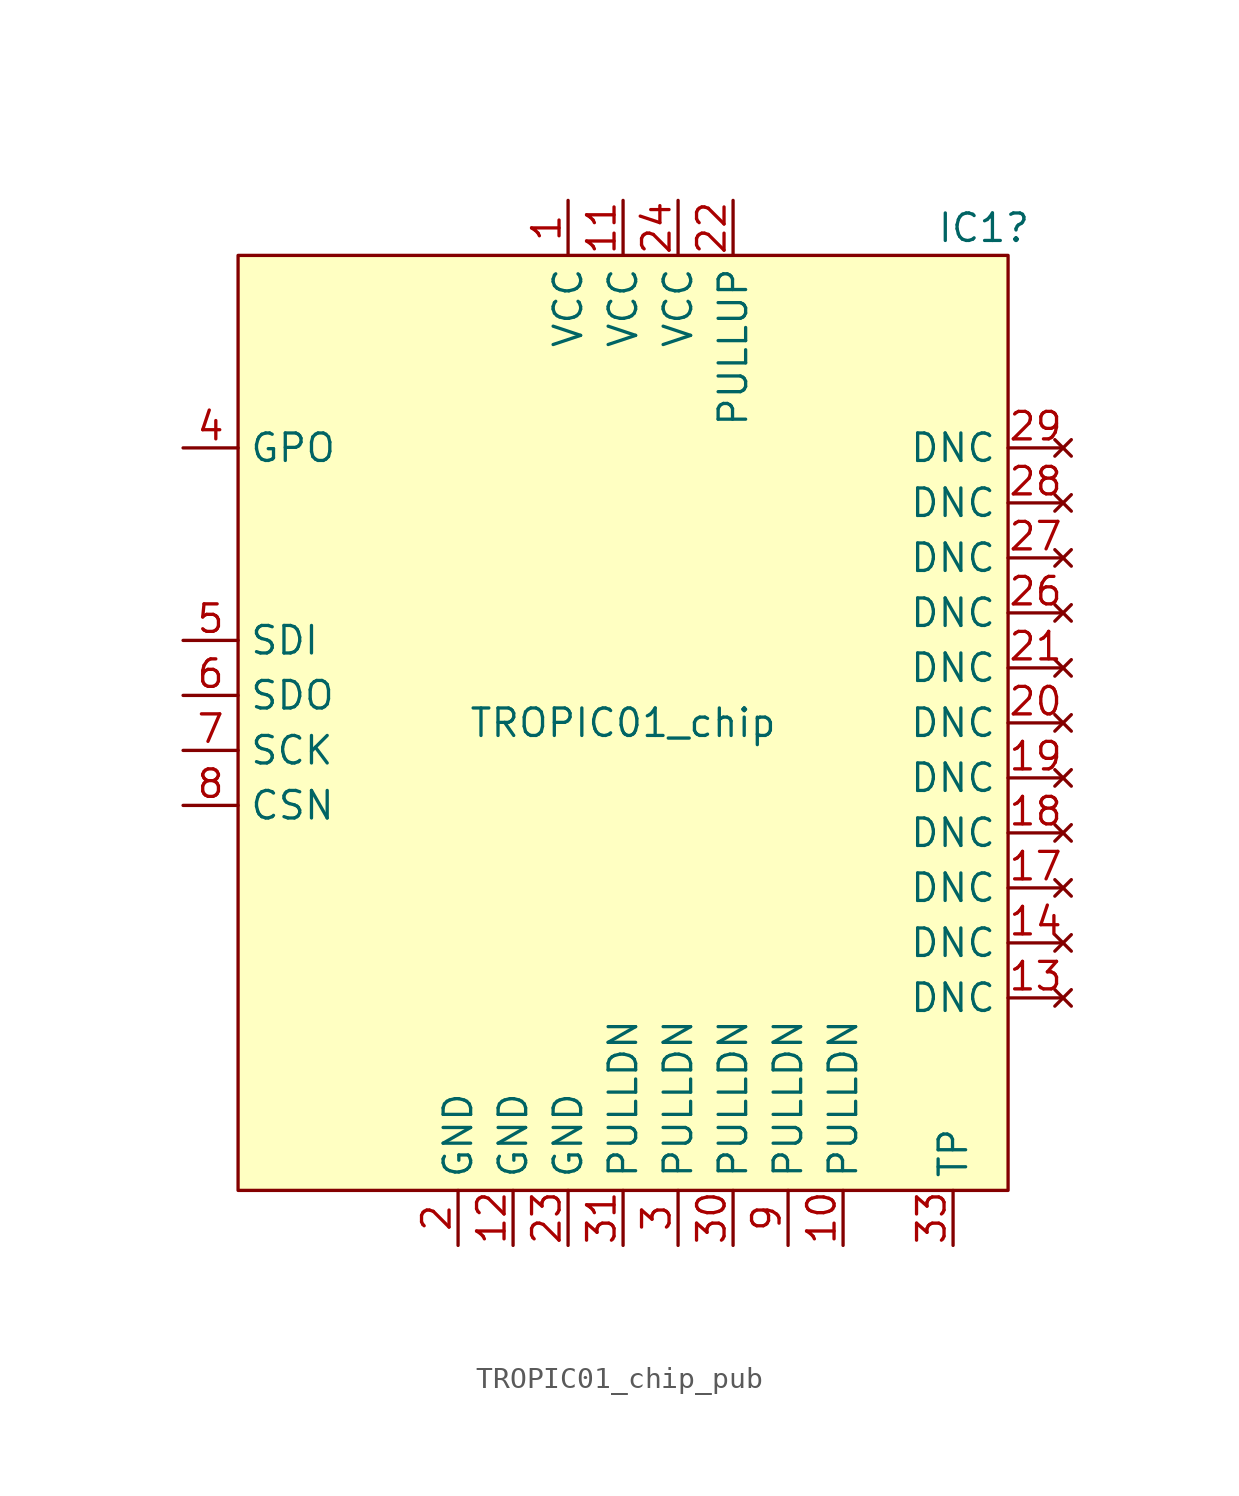
<source format=kicad_sym>
(kicad_symbol_lib
  (version 20241209)
  (generator "kicad_symbol_editor")
  (generator_version "9.0")
  (symbol "TROPIC01_chip_pub"
    (property "Reference" "IC1"
      (at 14.478 22.86 0)
      (effects (font (size 1.27 1.27)) (justify left)))
    (property "Value" "TROPIC01_chip"
      (at 0 0 0)
      (effects (font (size 1.27 1.27))))
    (symbol "TROPIC01_chip_pub_0_1"
      (rectangle (start -17.78 21.59) (end 17.78 -21.59) (stroke (width 0.152) (type default)) (fill (type background))))
    (symbol "TROPIC01_chip_pub_1_1"
      (pin output line (at -20.32 12.7 0) (length 2.54) (name "GPO" (effects (font (size 1.27 1.27)))) (number "4" (effects (font (size 1.27 1.27)))))
      (pin input line (at -20.32 3.81 0) (length 2.54) (name "SDI" (effects (font (size 1.27 1.27)))) (number "5" (effects (font (size 1.27 1.27)))))
      (pin output line (at -20.32 1.27 0) (length 2.54) (name "SDO" (effects (font (size 1.27 1.27)))) (number "6" (effects (font (size 1.27 1.27)))))
      (pin input line (at -20.32 -1.27 0) (length 2.54) (name "SCK" (effects (font (size 1.27 1.27)))) (number "7" (effects (font (size 1.27 1.27)))))
      (pin input line (at -20.32 -3.81 0) (length 2.54) (name "CSN" (effects (font (size 1.27 1.27)))) (number "8" (effects (font (size 1.27 1.27)))))
      (pin power_in line (at -7.62 -24.13 90) (length 2.54) (name "GND" (effects (font (size 1.27 1.27)))) (number "2" (effects (font (size 1.27 1.27)))))
      (pin power_in line (at -5.08 -24.13 90) (length 2.54) (name "GND" (effects (font (size 1.27 1.27)))) (number "12" (effects (font (size 1.27 1.27)))))
      (pin power_in line (at -2.54 24.13 270) (length 2.54) (name "VCC" (effects (font (size 1.27 1.27)))) (number "1" (effects (font (size 1.27 1.27)))))
      (pin power_in line (at -2.54 -24.13 90) (length 2.54) (name "GND" (effects (font (size 1.27 1.27)))) (number "23" (effects (font (size 1.27 1.27)))))
      (pin power_in line (at 0 24.13 270) (length 2.54) (name "VCC" (effects (font (size 1.27 1.27)))) (number "11" (effects (font (size 1.27 1.27)))))
      (pin input line (at 0 -24.13 90) (length 2.54) (name "PULLDN" (effects (font (size 1.27 1.27)))) (number "31" (effects (font (size 1.27 1.27)))))
      (pin power_in line (at 2.54 24.13 270) (length 2.54) (name "VCC" (effects (font (size 1.27 1.27)))) (number "24" (effects (font (size 1.27 1.27)))))
      (pin input line (at 2.54 -24.13 90) (length 2.54) (name "PULLDN" (effects (font (size 1.27 1.27)))) (number "3" (effects (font (size 1.27 1.27)))))
      (pin input line (at 5.08 24.13 270) (length 2.54) (name "PULLUP" (effects (font (size 1.27 1.27)))) (number "22" (effects (font (size 1.27 1.27)))))
      (pin input line (at 5.08 -24.13 90) (length 2.54) (name "PULLDN" (effects (font (size 1.27 1.27)))) (number "30" (effects (font (size 1.27 1.27)))))
      (pin input line (at 7.62 -24.13 90) (length 2.54) (name "PULLDN" (effects (font (size 1.27 1.27)))) (number "9" (effects (font (size 1.27 1.27)))))
      (pin input line (at 10.16 -24.13 90) (length 2.54) (name "PULLDN" (effects (font (size 1.27 1.27)))) (number "10" (effects (font (size 1.27 1.27)))))
      (pin passive line (at 15.24 -24.13 90) (length 2.54) (name "TP" (effects (font (size 1.27 1.27)))) (number "33" (effects (font (size 1.27 1.27)))))
      (pin no_connect line (at 20.32 12.7 180) (length 2.54) (name "DNC" (effects (font (size 1.27 1.27)))) (number "29" (effects (font (size 1.27 1.27)))))
      (pin no_connect line (at 20.32 10.16 180) (length 2.54) (name "DNC" (effects (font (size 1.27 1.27)))) (number "28" (effects (font (size 1.27 1.27)))))
      (pin no_connect line (at 20.32 7.62 180) (length 2.54) (name "DNC" (effects (font (size 1.27 1.27)))) (number "27" (effects (font (size 1.27 1.27)))))
      (pin no_connect line (at 20.32 5.08 180) (length 2.54) (name "DNC" (effects (font (size 1.27 1.27)))) (number "26" (effects (font (size 1.27 1.27)))))
      (pin no_connect line (at 20.32 2.54 180) (length 2.54) (name "DNC" (effects (font (size 1.27 1.27)))) (number "21" (effects (font (size 1.27 1.27)))))
      (pin no_connect line (at 20.32 0 180) (length 2.54) (name "DNC" (effects (font (size 1.27 1.27)))) (number "20" (effects (font (size 1.27 1.27)))))
      (pin no_connect line (at 20.32 -2.54 180) (length 2.54) (name "DNC" (effects (font (size 1.27 1.27)))) (number "19" (effects (font (size 1.27 1.27)))))
      (pin no_connect line (at 20.32 -5.08 180) (length 2.54) (name "DNC" (effects (font (size 1.27 1.27)))) (number "18" (effects (font (size 1.27 1.27)))))
      (pin no_connect line (at 20.32 -7.62 180) (length 2.54) (name "DNC" (effects (font (size 1.27 1.27)))) (number "17" (effects (font (size 1.27 1.27)))))
      (pin no_connect line (at 20.32 -10.16 180) (length 2.54) (name "DNC" (effects (font (size 1.27 1.27)))) (number "14" (effects (font (size 1.27 1.27)))))
      (pin no_connect line (at 20.32 -12.7 180) (length 2.54) (name "DNC" (effects (font (size 1.27 1.27)))) (number "13" (effects (font (size 1.27 1.27))))))))
</source>
